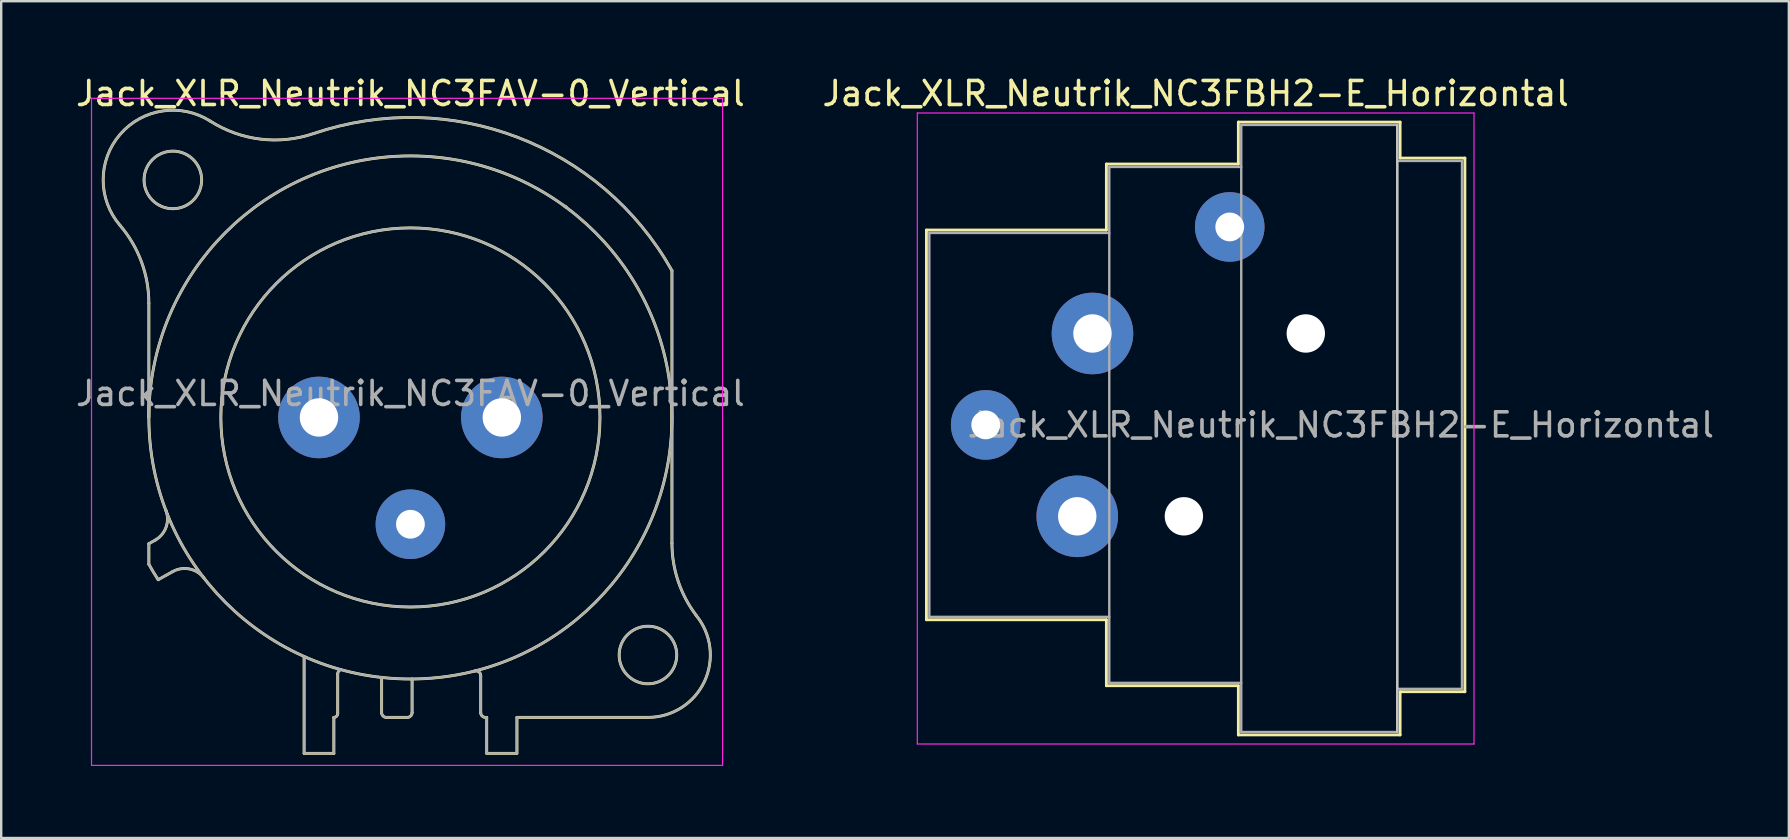
<source format=kicad_pcb>
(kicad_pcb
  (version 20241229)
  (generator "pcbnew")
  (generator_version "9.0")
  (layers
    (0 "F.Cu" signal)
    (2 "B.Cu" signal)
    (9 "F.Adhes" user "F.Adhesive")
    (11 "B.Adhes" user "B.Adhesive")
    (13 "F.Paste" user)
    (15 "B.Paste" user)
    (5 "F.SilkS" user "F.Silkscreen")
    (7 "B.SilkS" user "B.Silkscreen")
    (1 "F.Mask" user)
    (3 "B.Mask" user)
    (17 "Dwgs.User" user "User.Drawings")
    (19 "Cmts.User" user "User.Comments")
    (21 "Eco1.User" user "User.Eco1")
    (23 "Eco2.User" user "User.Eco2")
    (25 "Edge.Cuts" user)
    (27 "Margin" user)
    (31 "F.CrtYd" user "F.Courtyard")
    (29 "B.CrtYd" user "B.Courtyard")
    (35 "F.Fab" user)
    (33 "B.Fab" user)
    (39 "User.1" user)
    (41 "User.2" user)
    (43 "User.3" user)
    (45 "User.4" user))
  (footprint "Jack_XLR_Neutrik_NC3FAV-0_Vertical"
    (layer "F.Cu")
    (at 17.864 14.348)
    (property "Reference" "Jack_XLR_Neutrik_NC3FAV-0_Vertical" (at -3.81 -13.5 0) (layer "F.SilkS") (effects (font (size 1 1) (thickness 0.15))))
    (attr through_hole)
    (fp_line (start -14.71 0) (end -14.71 -4.76) (stroke (width 0.12) (type solid)) (layer "F.SilkS"))
    (fp_line (start -14.71 5.26) (end -14.71 6.12) (stroke (width 0.12) (type solid)) (layer "F.SilkS"))
    (fp_line (start -14.44 5.11) (end -14.71 5.26) (stroke (width 0.12) (type solid)) (layer "F.SilkS"))
    (fp_line (start -14.32 6.76) (end -13.71 6.42) (stroke (width 0.12) (type solid)) (layer "F.SilkS"))
    (fp_line (start -8.24 9.96) (end -8.24 14) (stroke (width 0.12) (type solid)) (layer "F.SilkS"))
    (fp_line (start -7 12.5) (end -7 14) (stroke (width 0.12) (type solid)) (layer "F.SilkS"))
    (fp_line (start -7 14) (end -8.24 14) (stroke (width 0.12) (type solid)) (layer "F.SilkS"))
    (fp_line (start -6.84 12.34) (end -6.84 10.69) (stroke (width 0.12) (type solid)) (layer "F.SilkS"))
    (fp_line (start -5.01 10.83) (end -5.01 12.3) (stroke (width 0.12) (type solid)) (layer "F.SilkS"))
    (fp_line (start -3.94 12.5) (end -4.81 12.5) (stroke (width 0.12) (type solid)) (layer "F.SilkS"))
    (fp_line (start -3.74 10.9) (end -3.74 12.3) (stroke (width 0.12) (type solid)) (layer "F.SilkS"))
    (fp_line (start -0.88 12.3) (end -0.88 10.76) (stroke (width 0.12) (type solid)) (layer "F.SilkS"))
    (fp_line (start -0.63 12.5) (end -0.68 12.5) (stroke (width 0.12) (type solid)) (layer "F.SilkS"))
    (fp_line (start -0.63 12.5) (end -0.63 14) (stroke (width 0.12) (type solid)) (layer "F.SilkS"))
    (fp_line (start 0.62 14) (end -0.63 14) (stroke (width 0.12) (type solid)) (layer "F.SilkS"))
    (fp_line (start 0.63 12.5) (end 6.09 12.5) (stroke (width 0.12) (type solid)) (layer "F.SilkS"))
    (fp_line (start 0.63 14) (end 0.63 12.5) (stroke (width 0.12) (type solid)) (layer "F.SilkS"))
    (fp_line (start 7.09 5.24) (end 7.09 -6.12) (stroke (width 0.12) (type solid)) (layer "F.SilkS"))
    (fp_arc (start -15.908829 -8.000856) (mid -15.019313 -6.48774) (end -14.71 -4.76) (stroke (width 0.12) (type solid)) (layer "F.SilkS"))
    (fp_arc (start -15.908236 -8.001617) (mid -15.907486 -11.799251) (end -12.15 -12.35) (stroke (width 0.12) (type solid)) (layer "F.SilkS"))
    (fp_arc (start -14.32314 6.763008) (mid -14.521396 6.444407) (end -14.71 6.12) (stroke (width 0.12) (type solid)) (layer "F.SilkS"))
    (fp_arc (start -14.004283 3.855674) (mid -13.989213 4.56375) (end -14.44 5.11) (stroke (width 0.12) (type solid)) (layer "F.SilkS"))
    (fp_arc (start -13.71 6.42) (mid -13.01025 6.315915) (end -12.412202 6.693832) (stroke (width 0.12) (type solid)) (layer "F.SilkS"))
    (fp_arc (start -7.848035 -11.831177) (mid -10.058192 -11.599923) (end -12.15 -12.35) (stroke (width 0.12) (type solid)) (layer "F.SilkS"))
    (fp_arc (start -7.841153 -11.83276) (mid 0.657009 -11.675197) (end 7.09 -6.12) (stroke (width 0.12) (type solid)) (layer "F.SilkS"))
    (fp_arc (start -6.84 10.69) (mid -6.803713 10.578321) (end -6.708713 10.509299) (stroke (width 0.12) (type solid)) (layer "F.SilkS"))
    (fp_arc (start -6.84 12.34) (mid -6.886863 12.453137) (end -7 12.5) (stroke (width 0.12) (type solid)) (layer "F.SilkS"))
    (fp_arc (start -4.81 12.5) (mid -4.951421 12.441421) (end -5.01 12.3) (stroke (width 0.12) (type solid)) (layer "F.SilkS"))
    (fp_arc (start -3.74 12.3) (mid -3.798579 12.441421) (end -3.94 12.5) (stroke (width 0.12) (type solid)) (layer "F.SilkS"))
    (fp_arc (start -1.1294 10.566197) (mid -0.957281 10.602076) (end -0.88 10.76) (stroke (width 0.12) (type solid)) (layer "F.SilkS"))
    (fp_arc (start -0.68 12.5) (mid -0.821421 12.441421) (end -0.88 12.3) (stroke (width 0.12) (type solid)) (layer "F.SilkS"))
    (fp_arc (start 2.636924 -8.782671) (mid 2.628394 -8.791269) (end 2.62 -8.8) (stroke (width 0.12) (type solid)) (layer "F.SilkS"))
    (fp_arc (start 2.680052 -8.767734) (mid 2.65973 -8.7835) (end 2.64 -8.8) (stroke (width 0.12) (type solid)) (layer "F.SilkS"))
    (fp_arc (start 8.095865 8.245761) (mid 8.441704 11.008824) (end 6.09 12.5) (stroke (width 0.12) (type solid)) (layer "F.SilkS"))
    (fp_arc (start 8.098032 8.243976) (mid 7.348729 6.824298) (end 7.09 5.24) (stroke (width 0.12) (type solid)) (layer "F.SilkS"))
    (fp_circle (center -13.71 -9.9) (end -12.51 -9.9) (stroke (width 0.12) (type solid)) (fill no) (layer "F.SilkS"))
    (fp_circle (center -3.81 0) (end 4.09 0) (stroke (width 0.12) (type solid)) (fill no) (layer "F.SilkS"))
    (fp_circle (center -3.81 0) (end 7.09 0) (stroke (width 0.12) (type solid)) (fill no) (layer "F.SilkS"))
    (fp_circle (center 6.09 9.9) (end 7.29 9.9) (stroke (width 0.12) (type solid)) (fill no) (layer "F.SilkS"))
    (fp_line (start -17.1 -13.3) (end 9.2 -13.3) (stroke (width 0.05) (type solid)) (layer "F.CrtYd"))
    (fp_line (start -17.1 14.5) (end -17.1 -13.3) (stroke (width 0.05) (type solid)) (layer "F.CrtYd"))
    (fp_line (start 9.2 -13.3) (end 9.2 14.5) (stroke (width 0.05) (type solid)) (layer "F.CrtYd"))
    (fp_line (start 9.2 14.5) (end -17.1 14.5) (stroke (width 0.05) (type solid)) (layer "F.CrtYd"))
    (fp_line (start -14.71 0) (end -14.71 -4.76) (stroke (width 0.1) (type solid)) (layer "F.Fab"))
    (fp_line (start -14.71 5.26) (end -14.71 6.12) (stroke (width 0.1) (type solid)) (layer "F.Fab"))
    (fp_line (start -14.44 5.11) (end -14.71 5.26) (stroke (width 0.1) (type solid)) (layer "F.Fab"))
    (fp_line (start -14.32 6.76) (end -13.71 6.42) (stroke (width 0.1) (type solid)) (layer "F.Fab"))
    (fp_line (start -8.24 9.96) (end -8.24 14) (stroke (width 0.1) (type solid)) (layer "F.Fab"))
    (fp_line (start -7 12.5) (end -7 14) (stroke (width 0.1) (type solid)) (layer "F.Fab"))
    (fp_line (start -7 14) (end -8.24 14) (stroke (width 0.1) (type solid)) (layer "F.Fab"))
    (fp_line (start -6.84 12.34) (end -6.84 10.69) (stroke (width 0.1) (type solid)) (layer "F.Fab"))
    (fp_line (start -5.01 10.83) (end -5.01 12.3) (stroke (width 0.1) (type solid)) (layer "F.Fab"))
    (fp_line (start -3.94 12.5) (end -4.81 12.5) (stroke (width 0.1) (type solid)) (layer "F.Fab"))
    (fp_line (start -3.74 10.9) (end -3.74 12.3) (stroke (width 0.1) (type solid)) (layer "F.Fab"))
    (fp_line (start -0.88 12.3) (end -0.88 10.76) (stroke (width 0.1) (type solid)) (layer "F.Fab"))
    (fp_line (start -0.63 12.5) (end -0.68 12.5) (stroke (width 0.1) (type solid)) (layer "F.Fab"))
    (fp_line (start -0.63 12.5) (end -0.63 14) (stroke (width 0.1) (type solid)) (layer "F.Fab"))
    (fp_line (start 0.62 14) (end -0.63 14) (stroke (width 0.1) (type solid)) (layer "F.Fab"))
    (fp_line (start 0.63 12.5) (end 6.09 12.5) (stroke (width 0.1) (type solid)) (layer "F.Fab"))
    (fp_line (start 0.63 14) (end 0.63 12.5) (stroke (width 0.1) (type solid)) (layer "F.Fab"))
    (fp_line (start 7.09 5.24) (end 7.09 -6.12) (stroke (width 0.1) (type solid)) (layer "F.Fab"))
    (fp_arc (start -15.908829 -8.000856) (mid -15.019313 -6.48774) (end -14.71 -4.76) (stroke (width 0.1) (type solid)) (layer "F.Fab"))
    (fp_arc (start -15.908236 -8.001617) (mid -15.907486 -11.799251) (end -12.15 -12.35) (stroke (width 0.1) (type solid)) (layer "F.Fab"))
    (fp_arc (start -14.32314 6.763008) (mid -14.521396 6.444407) (end -14.71 6.12) (stroke (width 0.1) (type solid)) (layer "F.Fab"))
    (fp_arc (start -14.004283 3.855674) (mid -13.989213 4.56375) (end -14.44 5.11) (stroke (width 0.1) (type solid)) (layer "F.Fab"))
    (fp_arc (start -13.71 6.42) (mid -13.01025 6.315915) (end -12.412202 6.693832) (stroke (width 0.1) (type solid)) (layer "F.Fab"))
    (fp_arc (start -7.848035 -11.831177) (mid -10.058192 -11.599923) (end -12.15 -12.35) (stroke (width 0.1) (type solid)) (layer "F.Fab"))
    (fp_arc (start -7.841153 -11.83276) (mid 0.657009 -11.675197) (end 7.09 -6.12) (stroke (width 0.1) (type solid)) (layer "F.Fab"))
    (fp_arc (start -6.84 10.69) (mid -6.803713 10.578321) (end -6.708713 10.509299) (stroke (width 0.1) (type solid)) (layer "F.Fab"))
    (fp_arc (start -6.84 12.34) (mid -6.886863 12.453137) (end -7 12.5) (stroke (width 0.1) (type solid)) (layer "F.Fab"))
    (fp_arc (start -4.81 12.5) (mid -4.951421 12.441421) (end -5.01 12.3) (stroke (width 0.1) (type solid)) (layer "F.Fab"))
    (fp_arc (start -3.74 12.3) (mid -3.798579 12.441421) (end -3.94 12.5) (stroke (width 0.1) (type solid)) (layer "F.Fab"))
    (fp_arc (start -1.1294 10.566197) (mid -0.957281 10.602076) (end -0.88 10.76) (stroke (width 0.1) (type solid)) (layer "F.Fab"))
    (fp_arc (start -0.68 12.5) (mid -0.821421 12.441421) (end -0.88 12.3) (stroke (width 0.1) (type solid)) (layer "F.Fab"))
    (fp_arc (start 2.636924 -8.782671) (mid 2.628394 -8.791269) (end 2.62 -8.8) (stroke (width 0.1) (type solid)) (layer "F.Fab"))
    (fp_arc (start 2.680052 -8.767734) (mid 2.65973 -8.7835) (end 2.64 -8.8) (stroke (width 0.1) (type solid)) (layer "F.Fab"))
    (fp_arc (start 8.095865 8.245761) (mid 8.441704 11.008824) (end 6.09 12.5) (stroke (width 0.1) (type solid)) (layer "F.Fab"))
    (fp_arc (start 8.098032 8.243976) (mid 7.348729 6.824298) (end 7.09 5.24) (stroke (width 0.1) (type solid)) (layer "F.Fab"))
    (fp_circle (center -13.71 -9.9) (end -12.51 -9.9) (stroke (width 0.1) (type solid)) (fill no) (layer "F.Fab"))
    (fp_circle (center -3.81 0) (end 4.09 0) (stroke (width 0.1) (type solid)) (fill no) (layer "F.Fab"))
    (fp_circle (center -3.81 0) (end 7.09 0) (stroke (width 0.1) (type solid)) (fill no) (layer "F.Fab"))
    (fp_circle (center 6.09 9.9) (end 7.29 9.9) (stroke (width 0.1) (type solid)) (fill no) (layer "F.Fab"))
    (fp_text user "${REFERENCE}" (at -3.81 -1 0) (layer "F.Fab") (effects (font (size 1 1) (thickness 0.15))))
    (pad "1" thru_hole circle (at 0 0) (size 3.4 3.4) (drill 1.6) (layers "*.Cu" "*.Mask"))
    (pad "2" thru_hole circle (at -7.62 0) (size 3.4 3.4) (drill 1.6) (layers "*.Cu" "*.Mask"))
    (pad "3" thru_hole circle (at -3.81 4.45) (size 2.9 2.9) (drill 1.2) (layers "*.Cu" "*.Mask")))
  (footprint "Jack_XLR_Neutrik_NC3FBH2-E_Horizontal"
    (layer "F.Cu")
    (at 42.48 10.848)
    (property "Reference" "Jack_XLR_Neutrik_NC3FBH2-E_Horizontal" (at 4.3 -10 0) (layer "F.SilkS") (effects (font (size 1 1) (thickness 0.15))))
    (attr through_hole)
    (fp_line (start -6.92 -4.31) (end -6.92 11.93) (stroke (width 0.12) (type solid)) (layer "F.SilkS"))
    (fp_line (start 0.58 -7.06) (end 0.58 -4.31) (stroke (width 0.12) (type solid)) (layer "F.SilkS"))
    (fp_line (start 0.58 -4.31) (end -6.92 -4.31) (stroke (width 0.12) (type solid)) (layer "F.SilkS"))
    (fp_line (start 0.58 11.93) (end -6.92 11.93) (stroke (width 0.12) (type solid)) (layer "F.SilkS"))
    (fp_line (start 0.58 11.93) (end 0.58 14.68) (stroke (width 0.12) (type solid)) (layer "F.SilkS"))
    (fp_line (start 6.08 -7.06) (end 0.58 -7.06) (stroke (width 0.12) (type solid)) (layer "F.SilkS"))
    (fp_line (start 6.08 -7.06) (end 6.08 -8.81) (stroke (width 0.12) (type solid)) (layer "F.SilkS"))
    (fp_line (start 6.08 14.68) (end 0.58 14.68) (stroke (width 0.12) (type solid)) (layer "F.SilkS"))
    (fp_line (start 6.08 16.73) (end 6.08 14.68) (stroke (width 0.12) (type solid)) (layer "F.SilkS"))
    (fp_line (start 12.82 -8.81) (end 6.08 -8.81) (stroke (width 0.12) (type solid)) (layer "F.SilkS"))
    (fp_line (start 12.82 -8.81) (end 12.82 -7.31) (stroke (width 0.12) (type solid)) (layer "F.SilkS"))
    (fp_line (start 12.82 -7.31) (end 15.52 -7.31) (stroke (width 0.12) (type solid)) (layer "F.SilkS"))
    (fp_line (start 12.82 14.93) (end 12.82 16.73) (stroke (width 0.12) (type solid)) (layer "F.SilkS"))
    (fp_line (start 12.82 14.93) (end 15.52 14.93) (stroke (width 0.12) (type solid)) (layer "F.SilkS"))
    (fp_line (start 12.82 16.73) (end 6.08 16.73) (stroke (width 0.12) (type solid)) (layer "F.SilkS"))
    (fp_line (start 15.52 -7.31) (end 15.52 14.93) (stroke (width 0.12) (type solid)) (layer "F.SilkS"))
    (fp_line (start 12.7 -8.69) (end 12.7 16.61) (stroke (width 0.1) (type solid)) (layer "Dwgs.User"))
    (fp_line (start -7.3 -9.19) (end -7.3 17.11) (stroke (width 0.05) (type solid)) (layer "F.CrtYd"))
    (fp_line (start 15.9 -9.19) (end -7.3 -9.19) (stroke (width 0.05) (type solid)) (layer "F.CrtYd"))
    (fp_line (start 15.9 -9.19) (end 15.9 17.11) (stroke (width 0.05) (type solid)) (layer "F.CrtYd"))
    (fp_line (start 15.9 17.11) (end -7.3 17.11) (stroke (width 0.05) (type solid)) (layer "F.CrtYd"))
    (fp_line (start -6.8 -4.19) (end -6.8 11.81) (stroke (width 0.1) (type solid)) (layer "F.Fab"))
    (fp_line (start -6.8 11.81) (end 0.7 11.81) (stroke (width 0.1) (type solid)) (layer "F.Fab"))
    (fp_line (start 0.7 -6.94) (end 0.7 14.56) (stroke (width 0.1) (type solid)) (layer "F.Fab"))
    (fp_line (start 0.7 -4.19) (end -6.8 -4.19) (stroke (width 0.1) (type solid)) (layer "F.Fab"))
    (fp_line (start 0.7 14.56) (end 6.2 14.56) (stroke (width 0.1) (type solid)) (layer "F.Fab"))
    (fp_line (start 6.2 -8.69) (end 12.7 -8.69) (stroke (width 0.1) (type solid)) (layer "F.Fab"))
    (fp_line (start 6.2 -6.94) (end 0.7 -6.94) (stroke (width 0.1) (type solid)) (layer "F.Fab"))
    (fp_line (start 6.2 16.61) (end 6.2 -8.69) (stroke (width 0.1) (type solid)) (layer "F.Fab"))
    (fp_line (start 12.7 -8.69) (end 12.7 16.61) (stroke (width 0.1) (type solid)) (layer "F.Fab"))
    (fp_line (start 12.7 -7.19) (end 15.4 -7.19) (stroke (width 0.1) (type solid)) (layer "F.Fab"))
    (fp_line (start 12.7 16.61) (end 6.2 16.61) (stroke (width 0.1) (type solid)) (layer "F.Fab"))
    (fp_line (start 15.4 -7.19) (end 15.4 14.81) (stroke (width 0.1) (type solid)) (layer "F.Fab"))
    (fp_line (start 15.4 14.81) (end 12.7 14.81) (stroke (width 0.1) (type solid)) (layer "F.Fab"))
    (fp_text user "${REFERENCE}" (at 10.35 3.81 0) (layer "F.Fab") (effects (font (size 1 1) (thickness 0.15))))
    (pad "" np_thru_hole circle (at 3.81 7.62) (size 1.6 1.6) (drill 1.6) (layers "*.Cu" "*.Mask"))
    (pad "" np_thru_hole circle (at 8.89 0) (size 1.6 1.6) (drill 1.6) (layers "*.Cu" "*.Mask"))
    (pad "1" thru_hole circle (at 0 0) (size 3.4 3.4) (drill 1.6) (layers "*.Cu" "*.Mask"))
    (pad "2" thru_hole circle (at -0.635 7.62) (size 3.4 3.4) (drill 1.6) (layers "*.Cu" "*.Mask"))
    (pad "3" thru_hole circle (at -4.45 3.81) (size 2.9 2.9) (drill 1.2) (layers "*.Cu" "*.Mask"))
    (pad "G" thru_hole circle (at 5.72 -4.44) (size 2.9 2.9) (drill 1.2) (layers "*.Cu" "*.Mask")))
  (gr_rect
    (start -3 -3)
    (end 71.502 31.873)
    (stroke (width 0.1) (type default))
    (fill no)
    (layer "Edge.Cuts")))
</source>
